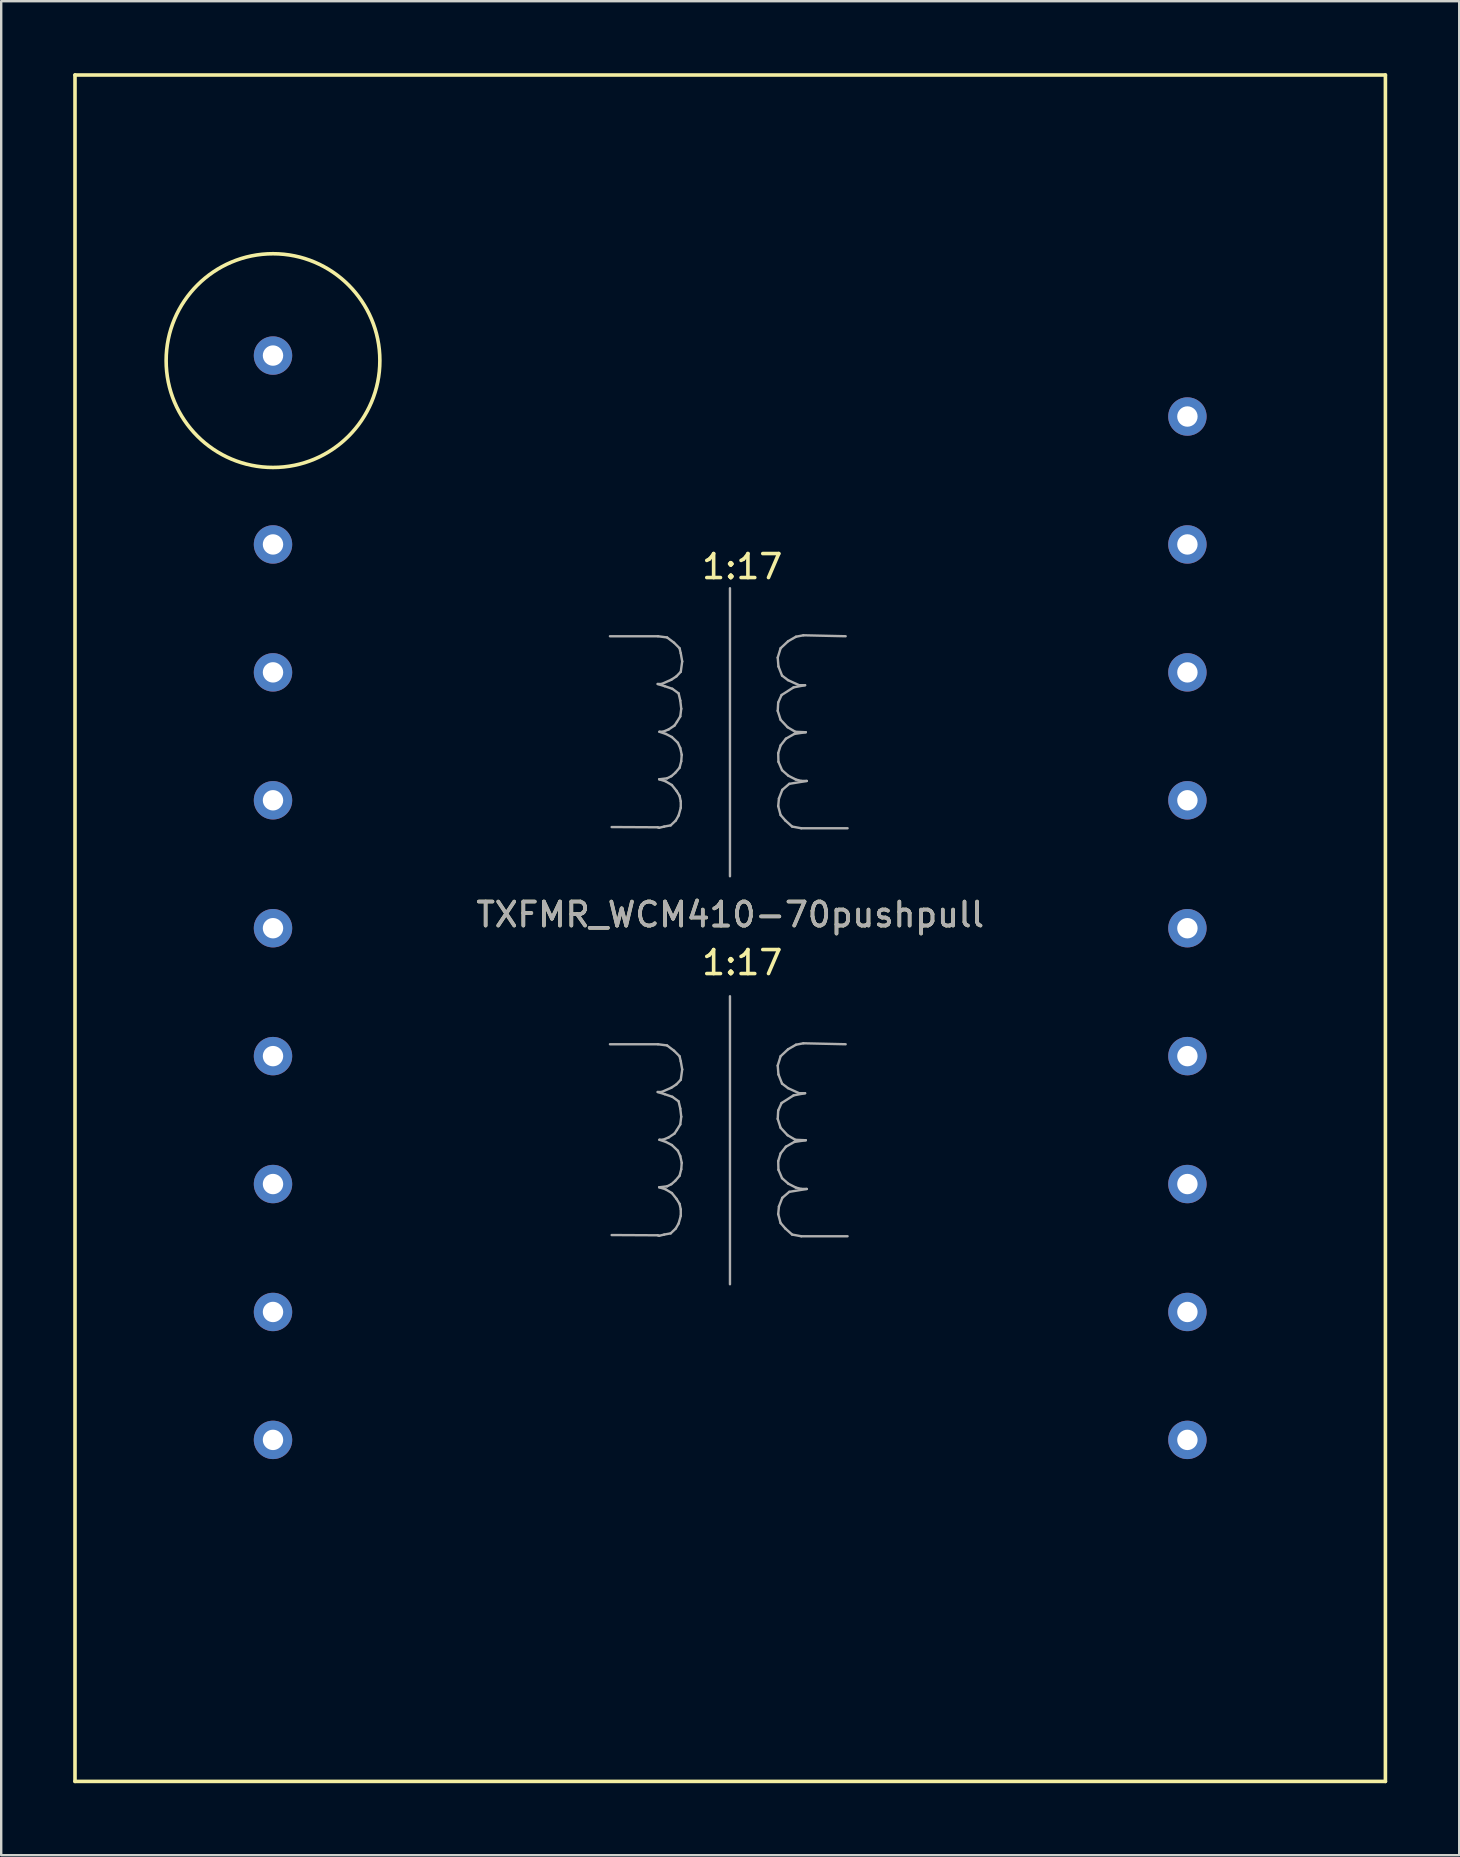
<source format=kicad_pcb>
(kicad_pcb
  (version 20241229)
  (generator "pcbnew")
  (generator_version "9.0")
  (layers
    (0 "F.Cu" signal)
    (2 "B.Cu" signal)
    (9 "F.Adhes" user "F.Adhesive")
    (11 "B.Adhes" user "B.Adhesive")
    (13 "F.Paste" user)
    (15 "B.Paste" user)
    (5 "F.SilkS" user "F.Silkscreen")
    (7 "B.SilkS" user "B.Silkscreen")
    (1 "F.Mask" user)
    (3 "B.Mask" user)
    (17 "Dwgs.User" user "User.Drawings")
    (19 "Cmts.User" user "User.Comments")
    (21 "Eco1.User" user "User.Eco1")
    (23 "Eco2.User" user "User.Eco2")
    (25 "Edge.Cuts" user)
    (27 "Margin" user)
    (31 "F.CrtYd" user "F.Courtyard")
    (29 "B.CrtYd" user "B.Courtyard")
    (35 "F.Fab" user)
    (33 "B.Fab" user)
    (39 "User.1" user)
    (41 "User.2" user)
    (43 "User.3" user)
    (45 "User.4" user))
  (footprint "TXFMR_WCM410-70pushpull"
    (layer "F.Cu")
    (at 27.375 35.625)
    (property "Reference" "TXFMR_WCM410-70pushpull" (at 0 -0.565 0) (layer "F.SilkS") (effects (font (size 1 1) (thickness 0.15))))
    (attr through_hole)
    (fp_line (start -27.3 -35.55) (end 27.3 -35.55) (stroke (width 0.15) (type solid)) (layer "F.SilkS"))
    (fp_line (start -27.3 35.55) (end -27.3 -35.55) (stroke (width 0.15) (type solid)) (layer "F.SilkS"))
    (fp_line (start 27.3 -35.55) (end 27.3 35.55) (stroke (width 0.15) (type solid)) (layer "F.SilkS"))
    (fp_line (start 27.3 35.55) (end -27.3 35.55) (stroke (width 0.15) (type solid)) (layer "F.SilkS"))
    (fp_circle (center -19.05 -23.65) (end -20 -28) (stroke (width 0.15) (type solid)) (fill no) (layer "F.SilkS"))
    (fp_line (start -5.01 -12.165) (end -3.01 -12.165) (stroke (width 0.1) (type solid)) (layer "F.Fab"))
    (fp_line (start -5.01 4.835) (end -3.01 4.835) (stroke (width 0.1) (type solid)) (layer "F.Fab"))
    (fp_line (start -3.02 -10.175) (end -2.73 -10.085) (stroke (width 0.1) (type solid)) (layer "F.Fab"))
    (fp_line (start -3.02 -4.205) (end -4.94 -4.215) (stroke (width 0.1) (type solid)) (layer "F.Fab"))
    (fp_line (start -3.02 6.825) (end -2.73 6.915) (stroke (width 0.1) (type solid)) (layer "F.Fab"))
    (fp_line (start -3.02 12.795) (end -4.94 12.785) (stroke (width 0.1) (type solid)) (layer "F.Fab"))
    (fp_line (start -3.01 -12.165) (end -2.63 -12.115) (stroke (width 0.1) (type solid)) (layer "F.Fab"))
    (fp_line (start -3.01 4.835) (end -2.63 4.885) (stroke (width 0.1) (type solid)) (layer "F.Fab"))
    (fp_line (start -2.96 -6.205) (end -2.7 -6.125) (stroke (width 0.1) (type solid)) (layer "F.Fab"))
    (fp_line (start -2.96 -4.185) (end -3.02 -4.205) (stroke (width 0.1) (type solid)) (layer "F.Fab"))
    (fp_line (start -2.96 10.795) (end -2.7 10.875) (stroke (width 0.1) (type solid)) (layer "F.Fab"))
    (fp_line (start -2.96 12.815) (end -3.02 12.795) (stroke (width 0.1) (type solid)) (layer "F.Fab"))
    (fp_line (start -2.95 -8.185) (end -2.68 -8.095) (stroke (width 0.1) (type solid)) (layer "F.Fab"))
    (fp_line (start -2.95 8.815) (end -2.68 8.905) (stroke (width 0.1) (type solid)) (layer "F.Fab"))
    (fp_line (start -2.86 -10.175) (end -3.02 -10.175) (stroke (width 0.1) (type solid)) (layer "F.Fab"))
    (fp_line (start -2.86 6.825) (end -3.02 6.825) (stroke (width 0.1) (type solid)) (layer "F.Fab"))
    (fp_line (start -2.8 -8.185) (end -2.95 -8.185) (stroke (width 0.1) (type solid)) (layer "F.Fab"))
    (fp_line (start -2.8 8.815) (end -2.95 8.815) (stroke (width 0.1) (type solid)) (layer "F.Fab"))
    (fp_line (start -2.75 -4.235) (end -2.96 -4.185) (stroke (width 0.1) (type solid)) (layer "F.Fab"))
    (fp_line (start -2.75 12.765) (end -2.96 12.815) (stroke (width 0.1) (type solid)) (layer "F.Fab"))
    (fp_line (start -2.73 -10.085) (end -2.41 -9.975) (stroke (width 0.1) (type solid)) (layer "F.Fab"))
    (fp_line (start -2.73 6.915) (end -2.41 7.025) (stroke (width 0.1) (type solid)) (layer "F.Fab"))
    (fp_line (start -2.7 -6.125) (end -2.43 -5.965) (stroke (width 0.1) (type solid)) (layer "F.Fab"))
    (fp_line (start -2.7 10.875) (end -2.43 11.035) (stroke (width 0.1) (type solid)) (layer "F.Fab"))
    (fp_line (start -2.68 -8.095) (end -2.43 -7.965) (stroke (width 0.1) (type solid)) (layer "F.Fab"))
    (fp_line (start -2.68 8.905) (end -2.43 9.035) (stroke (width 0.1) (type solid)) (layer "F.Fab"))
    (fp_line (start -2.63 -12.115) (end -2.34 -11.895) (stroke (width 0.1) (type solid)) (layer "F.Fab"))
    (fp_line (start -2.63 -6.245) (end -2.96 -6.205) (stroke (width 0.1) (type solid)) (layer "F.Fab"))
    (fp_line (start -2.63 4.885) (end -2.34 5.105) (stroke (width 0.1) (type solid)) (layer "F.Fab"))
    (fp_line (start -2.63 10.755) (end -2.96 10.795) (stroke (width 0.1) (type solid)) (layer "F.Fab"))
    (fp_line (start -2.56 -8.285) (end -2.8 -8.185) (stroke (width 0.1) (type solid)) (layer "F.Fab"))
    (fp_line (start -2.56 8.715) (end -2.8 8.815) (stroke (width 0.1) (type solid)) (layer "F.Fab"))
    (fp_line (start -2.48 -4.285) (end -2.75 -4.235) (stroke (width 0.1) (type solid)) (layer "F.Fab"))
    (fp_line (start -2.48 12.715) (end -2.75 12.765) (stroke (width 0.1) (type solid)) (layer "F.Fab"))
    (fp_line (start -2.45 -10.355) (end -2.86 -10.175) (stroke (width 0.1) (type solid)) (layer "F.Fab"))
    (fp_line (start -2.45 -6.335) (end -2.63 -6.245) (stroke (width 0.1) (type solid)) (layer "F.Fab"))
    (fp_line (start -2.45 6.645) (end -2.86 6.825) (stroke (width 0.1) (type solid)) (layer "F.Fab"))
    (fp_line (start -2.45 10.665) (end -2.63 10.755) (stroke (width 0.1) (type solid)) (layer "F.Fab"))
    (fp_line (start -2.43 -7.965) (end -2.18 -7.725) (stroke (width 0.1) (type solid)) (layer "F.Fab"))
    (fp_line (start -2.43 -5.965) (end -2.24 -5.725) (stroke (width 0.1) (type solid)) (layer "F.Fab"))
    (fp_line (start -2.43 9.035) (end -2.18 9.275) (stroke (width 0.1) (type solid)) (layer "F.Fab"))
    (fp_line (start -2.43 11.035) (end -2.24 11.275) (stroke (width 0.1) (type solid)) (layer "F.Fab"))
    (fp_line (start -2.41 -9.975) (end -2.15 -9.785) (stroke (width 0.1) (type solid)) (layer "F.Fab"))
    (fp_line (start -2.41 7.025) (end -2.15 7.215) (stroke (width 0.1) (type solid)) (layer "F.Fab"))
    (fp_line (start -2.34 -11.895) (end -2.11 -11.665) (stroke (width 0.1) (type solid)) (layer "F.Fab"))
    (fp_line (start -2.34 5.105) (end -2.11 5.335) (stroke (width 0.1) (type solid)) (layer "F.Fab"))
    (fp_line (start -2.32 -8.445) (end -2.56 -8.285) (stroke (width 0.1) (type solid)) (layer "F.Fab"))
    (fp_line (start -2.32 8.555) (end -2.56 8.715) (stroke (width 0.1) (type solid)) (layer "F.Fab"))
    (fp_line (start -2.29 -6.475) (end -2.45 -6.335) (stroke (width 0.1) (type solid)) (layer "F.Fab"))
    (fp_line (start -2.29 10.525) (end -2.45 10.665) (stroke (width 0.1) (type solid)) (layer "F.Fab"))
    (fp_line (start -2.27 -4.485) (end -2.48 -4.285) (stroke (width 0.1) (type solid)) (layer "F.Fab"))
    (fp_line (start -2.27 12.515) (end -2.48 12.715) (stroke (width 0.1) (type solid)) (layer "F.Fab"))
    (fp_line (start -2.24 -10.495) (end -2.45 -10.355) (stroke (width 0.1) (type solid)) (layer "F.Fab"))
    (fp_line (start -2.24 -5.725) (end -2.11 -5.515) (stroke (width 0.1) (type solid)) (layer "F.Fab"))
    (fp_line (start -2.24 6.505) (end -2.45 6.645) (stroke (width 0.1) (type solid)) (layer "F.Fab"))
    (fp_line (start -2.24 11.275) (end -2.11 11.485) (stroke (width 0.1) (type solid)) (layer "F.Fab"))
    (fp_line (start -2.22 -8.595) (end -2.32 -8.445) (stroke (width 0.1) (type solid)) (layer "F.Fab"))
    (fp_line (start -2.22 8.405) (end -2.32 8.555) (stroke (width 0.1) (type solid)) (layer "F.Fab"))
    (fp_line (start -2.18 -7.725) (end -2.08 -7.505) (stroke (width 0.1) (type solid)) (layer "F.Fab"))
    (fp_line (start -2.18 9.275) (end -2.08 9.495) (stroke (width 0.1) (type solid)) (layer "F.Fab"))
    (fp_line (start -2.15 -9.785) (end -2.08 -9.485) (stroke (width 0.1) (type solid)) (layer "F.Fab"))
    (fp_line (start -2.15 -4.695) (end -2.27 -4.485) (stroke (width 0.1) (type solid)) (layer "F.Fab"))
    (fp_line (start -2.15 7.215) (end -2.08 7.515) (stroke (width 0.1) (type solid)) (layer "F.Fab"))
    (fp_line (start -2.15 12.305) (end -2.27 12.515) (stroke (width 0.1) (type solid)) (layer "F.Fab"))
    (fp_line (start -2.11 -11.665) (end -2.06 -11.455) (stroke (width 0.1) (type solid)) (layer "F.Fab"))
    (fp_line (start -2.11 -6.685) (end -2.29 -6.475) (stroke (width 0.1) (type solid)) (layer "F.Fab"))
    (fp_line (start -2.11 -5.515) (end -2.06 -5.285) (stroke (width 0.1) (type solid)) (layer "F.Fab"))
    (fp_line (start -2.11 5.335) (end -2.06 5.545) (stroke (width 0.1) (type solid)) (layer "F.Fab"))
    (fp_line (start -2.11 10.315) (end -2.29 10.525) (stroke (width 0.1) (type solid)) (layer "F.Fab"))
    (fp_line (start -2.11 11.485) (end -2.06 11.715) (stroke (width 0.1) (type solid)) (layer "F.Fab"))
    (fp_line (start -2.08 -9.485) (end -2.04 -9.145) (stroke (width 0.1) (type solid)) (layer "F.Fab"))
    (fp_line (start -2.08 -8.825) (end -2.22 -8.595) (stroke (width 0.1) (type solid)) (layer "F.Fab"))
    (fp_line (start -2.08 -7.505) (end -2.02 -7.225) (stroke (width 0.1) (type solid)) (layer "F.Fab"))
    (fp_line (start -2.08 7.515) (end -2.04 7.855) (stroke (width 0.1) (type solid)) (layer "F.Fab"))
    (fp_line (start -2.08 8.175) (end -2.22 8.405) (stroke (width 0.1) (type solid)) (layer "F.Fab"))
    (fp_line (start -2.08 9.495) (end -2.02 9.775) (stroke (width 0.1) (type solid)) (layer "F.Fab"))
    (fp_line (start -2.06 -11.455) (end -2 -11.115) (stroke (width 0.1) (type solid)) (layer "F.Fab"))
    (fp_line (start -2.06 -10.685) (end -2.24 -10.495) (stroke (width 0.1) (type solid)) (layer "F.Fab"))
    (fp_line (start -2.06 -5.285) (end -2.06 -5.015) (stroke (width 0.1) (type solid)) (layer "F.Fab"))
    (fp_line (start -2.06 -5.015) (end -2.15 -4.695) (stroke (width 0.1) (type solid)) (layer "F.Fab"))
    (fp_line (start -2.06 5.545) (end -2 5.885) (stroke (width 0.1) (type solid)) (layer "F.Fab"))
    (fp_line (start -2.06 6.315) (end -2.24 6.505) (stroke (width 0.1) (type solid)) (layer "F.Fab"))
    (fp_line (start -2.06 11.715) (end -2.06 11.985) (stroke (width 0.1) (type solid)) (layer "F.Fab"))
    (fp_line (start -2.06 11.985) (end -2.15 12.305) (stroke (width 0.1) (type solid)) (layer "F.Fab"))
    (fp_line (start -2.04 -9.145) (end -2.08 -8.825) (stroke (width 0.1) (type solid)) (layer "F.Fab"))
    (fp_line (start -2.04 -6.955) (end -2.11 -6.685) (stroke (width 0.1) (type solid)) (layer "F.Fab"))
    (fp_line (start -2.04 7.855) (end -2.08 8.175) (stroke (width 0.1) (type solid)) (layer "F.Fab"))
    (fp_line (start -2.04 10.045) (end -2.11 10.315) (stroke (width 0.1) (type solid)) (layer "F.Fab"))
    (fp_line (start -2.02 -7.225) (end -2.04 -6.955) (stroke (width 0.1) (type solid)) (layer "F.Fab"))
    (fp_line (start -2.02 9.775) (end -2.04 10.045) (stroke (width 0.1) (type solid)) (layer "F.Fab"))
    (fp_line (start -2 -11.115) (end -2.06 -10.685) (stroke (width 0.1) (type solid)) (layer "F.Fab"))
    (fp_line (start -2 5.885) (end -2.06 6.315) (stroke (width 0.1) (type solid)) (layer "F.Fab"))
    (fp_line (start -0.01 -14.165) (end -0.01 -2.165) (stroke (width 0.1) (type solid)) (layer "F.Fab"))
    (fp_line (start -0.01 2.835) (end -0.01 14.835) (stroke (width 0.1) (type solid)) (layer "F.Fab"))
    (fp_line (start 1.98 -11.275) (end 2.01 -10.905) (stroke (width 0.1) (type solid)) (layer "F.Fab"))
    (fp_line (start 1.98 -9.055) (end 2.1 -8.685) (stroke (width 0.1) (type solid)) (layer "F.Fab"))
    (fp_line (start 1.98 5.725) (end 2.01 6.095) (stroke (width 0.1) (type solid)) (layer "F.Fab"))
    (fp_line (start 1.98 7.945) (end 2.1 8.315) (stroke (width 0.1) (type solid)) (layer "F.Fab"))
    (fp_line (start 2 -9.405) (end 1.98 -9.055) (stroke (width 0.1) (type solid)) (layer "F.Fab"))
    (fp_line (start 2 -7.295) (end 2.01 -6.935) (stroke (width 0.1) (type solid)) (layer "F.Fab"))
    (fp_line (start 2 -5.085) (end 2.1 -4.715) (stroke (width 0.1) (type solid)) (layer "F.Fab"))
    (fp_line (start 2 7.595) (end 1.98 7.945) (stroke (width 0.1) (type solid)) (layer "F.Fab"))
    (fp_line (start 2 9.705) (end 2.01 10.065) (stroke (width 0.1) (type solid)) (layer "F.Fab"))
    (fp_line (start 2 11.915) (end 2.1 12.285) (stroke (width 0.1) (type solid)) (layer "F.Fab"))
    (fp_line (start 2.01 -10.905) (end 2.16 -10.525) (stroke (width 0.1) (type solid)) (layer "F.Fab"))
    (fp_line (start 2.01 -6.935) (end 2.16 -6.585) (stroke (width 0.1) (type solid)) (layer "F.Fab"))
    (fp_line (start 2.01 6.095) (end 2.16 6.475) (stroke (width 0.1) (type solid)) (layer "F.Fab"))
    (fp_line (start 2.01 10.065) (end 2.16 10.415) (stroke (width 0.1) (type solid)) (layer "F.Fab"))
    (fp_line (start 2.03 -5.405) (end 2 -5.085) (stroke (width 0.1) (type solid)) (layer "F.Fab"))
    (fp_line (start 2.03 11.595) (end 2 11.915) (stroke (width 0.1) (type solid)) (layer "F.Fab"))
    (fp_line (start 2.1 -11.665) (end 1.98 -11.275) (stroke (width 0.1) (type solid)) (layer "F.Fab"))
    (fp_line (start 2.1 -8.685) (end 2.39 -8.375) (stroke (width 0.1) (type solid)) (layer "F.Fab"))
    (fp_line (start 2.1 -7.615) (end 2 -7.295) (stroke (width 0.1) (type solid)) (layer "F.Fab"))
    (fp_line (start 2.1 -4.715) (end 2.3 -4.485) (stroke (width 0.1) (type solid)) (layer "F.Fab"))
    (fp_line (start 2.1 5.335) (end 1.98 5.725) (stroke (width 0.1) (type solid)) (layer "F.Fab"))
    (fp_line (start 2.1 8.315) (end 2.39 8.625) (stroke (width 0.1) (type solid)) (layer "F.Fab"))
    (fp_line (start 2.1 9.385) (end 2 9.705) (stroke (width 0.1) (type solid)) (layer "F.Fab"))
    (fp_line (start 2.1 12.285) (end 2.3 12.515) (stroke (width 0.1) (type solid)) (layer "F.Fab"))
    (fp_line (start 2.14 -9.715) (end 2 -9.405) (stroke (width 0.1) (type solid)) (layer "F.Fab"))
    (fp_line (start 2.14 7.285) (end 2 7.595) (stroke (width 0.1) (type solid)) (layer "F.Fab"))
    (fp_line (start 2.16 -10.525) (end 2.41 -10.335) (stroke (width 0.1) (type solid)) (layer "F.Fab"))
    (fp_line (start 2.16 -6.585) (end 2.42 -6.355) (stroke (width 0.1) (type solid)) (layer "F.Fab"))
    (fp_line (start 2.16 6.475) (end 2.41 6.665) (stroke (width 0.1) (type solid)) (layer "F.Fab"))
    (fp_line (start 2.16 10.415) (end 2.42 10.645) (stroke (width 0.1) (type solid)) (layer "F.Fab"))
    (fp_line (start 2.17 -5.765) (end 2.03 -5.405) (stroke (width 0.1) (type solid)) (layer "F.Fab"))
    (fp_line (start 2.17 11.235) (end 2.03 11.595) (stroke (width 0.1) (type solid)) (layer "F.Fab"))
    (fp_line (start 2.3 -4.485) (end 2.58 -4.235) (stroke (width 0.1) (type solid)) (layer "F.Fab"))
    (fp_line (start 2.3 12.515) (end 2.58 12.765) (stroke (width 0.1) (type solid)) (layer "F.Fab"))
    (fp_line (start 2.32 -7.895) (end 2.1 -7.615) (stroke (width 0.1) (type solid)) (layer "F.Fab"))
    (fp_line (start 2.32 9.105) (end 2.1 9.385) (stroke (width 0.1) (type solid)) (layer "F.Fab"))
    (fp_line (start 2.39 -8.375) (end 2.71 -8.185) (stroke (width 0.1) (type solid)) (layer "F.Fab"))
    (fp_line (start 2.39 8.625) (end 2.71 8.815) (stroke (width 0.1) (type solid)) (layer "F.Fab"))
    (fp_line (start 2.41 -11.955) (end 2.1 -11.665) (stroke (width 0.1) (type solid)) (layer "F.Fab"))
    (fp_line (start 2.41 -10.335) (end 2.87 -10.125) (stroke (width 0.1) (type solid)) (layer "F.Fab"))
    (fp_line (start 2.41 5.045) (end 2.1 5.335) (stroke (width 0.1) (type solid)) (layer "F.Fab"))
    (fp_line (start 2.41 6.665) (end 2.87 6.875) (stroke (width 0.1) (type solid)) (layer "F.Fab"))
    (fp_line (start 2.42 -6.355) (end 2.73 -6.195) (stroke (width 0.1) (type solid)) (layer "F.Fab"))
    (fp_line (start 2.42 10.645) (end 2.73 10.805) (stroke (width 0.1) (type solid)) (layer "F.Fab"))
    (fp_line (start 2.46 -6.015) (end 2.17 -5.765) (stroke (width 0.1) (type solid)) (layer "F.Fab"))
    (fp_line (start 2.46 10.985) (end 2.17 11.235) (stroke (width 0.1) (type solid)) (layer "F.Fab"))
    (fp_line (start 2.58 -4.235) (end 2.96 -4.165) (stroke (width 0.1) (type solid)) (layer "F.Fab"))
    (fp_line (start 2.58 12.765) (end 2.96 12.835) (stroke (width 0.1) (type solid)) (layer "F.Fab"))
    (fp_line (start 2.64 -10.035) (end 2.14 -9.715) (stroke (width 0.1) (type solid)) (layer "F.Fab"))
    (fp_line (start 2.64 6.965) (end 2.14 7.285) (stroke (width 0.1) (type solid)) (layer "F.Fab"))
    (fp_line (start 2.67 -8.095) (end 2.32 -7.895) (stroke (width 0.1) (type solid)) (layer "F.Fab"))
    (fp_line (start 2.67 8.905) (end 2.32 9.105) (stroke (width 0.1) (type solid)) (layer "F.Fab"))
    (fp_line (start 2.71 -8.185) (end 3.15 -8.165) (stroke (width 0.1) (type solid)) (layer "F.Fab"))
    (fp_line (start 2.71 8.815) (end 3.15 8.835) (stroke (width 0.1) (type solid)) (layer "F.Fab"))
    (fp_line (start 2.73 -6.195) (end 2.97 -6.135) (stroke (width 0.1) (type solid)) (layer "F.Fab"))
    (fp_line (start 2.73 10.805) (end 2.97 10.865) (stroke (width 0.1) (type solid)) (layer "F.Fab"))
    (fp_line (start 2.74 -12.145) (end 2.41 -11.955) (stroke (width 0.1) (type solid)) (layer "F.Fab"))
    (fp_line (start 2.74 4.855) (end 2.41 5.045) (stroke (width 0.1) (type solid)) (layer "F.Fab"))
    (fp_line (start 2.87 -10.125) (end 3.12 -10.125) (stroke (width 0.1) (type solid)) (layer "F.Fab"))
    (fp_line (start 2.87 6.875) (end 3.12 6.875) (stroke (width 0.1) (type solid)) (layer "F.Fab"))
    (fp_line (start 2.96 -4.165) (end 4.89 -4.165) (stroke (width 0.1) (type solid)) (layer "F.Fab"))
    (fp_line (start 2.96 12.835) (end 4.89 12.835) (stroke (width 0.1) (type solid)) (layer "F.Fab"))
    (fp_line (start 2.97 -6.135) (end 3.19 -6.135) (stroke (width 0.1) (type solid)) (layer "F.Fab"))
    (fp_line (start 2.97 10.865) (end 3.19 10.865) (stroke (width 0.1) (type solid)) (layer "F.Fab"))
    (fp_line (start 3.05 -12.205) (end 2.74 -12.145) (stroke (width 0.1) (type solid)) (layer "F.Fab"))
    (fp_line (start 3.05 4.795) (end 2.74 4.855) (stroke (width 0.1) (type solid)) (layer "F.Fab"))
    (fp_line (start 3.12 -10.125) (end 2.64 -10.035) (stroke (width 0.1) (type solid)) (layer "F.Fab"))
    (fp_line (start 3.12 6.875) (end 2.64 6.965) (stroke (width 0.1) (type solid)) (layer "F.Fab"))
    (fp_line (start 3.15 -8.165) (end 2.67 -8.095) (stroke (width 0.1) (type solid)) (layer "F.Fab"))
    (fp_line (start 3.15 8.835) (end 2.67 8.905) (stroke (width 0.1) (type solid)) (layer "F.Fab"))
    (fp_line (start 3.19 -6.135) (end 2.46 -6.015) (stroke (width 0.1) (type solid)) (layer "F.Fab"))
    (fp_line (start 3.19 10.865) (end 2.46 10.985) (stroke (width 0.1) (type solid)) (layer "F.Fab"))
    (fp_line (start 4.81 -12.165) (end 3.05 -12.205) (stroke (width 0.1) (type solid)) (layer "F.Fab"))
    (fp_line (start 4.81 4.835) (end 3.05 4.795) (stroke (width 0.1) (type solid)) (layer "F.Fab"))
    (fp_text user "1:17" (at 0.5 -15.065 0) (layer "F.SilkS") (effects (font (size 1 1) (thickness 0.15))))
    (fp_text user "1:17" (at 0.5 1.435 0) (layer "F.SilkS") (effects (font (size 1 1) (thickness 0.15))))
    (fp_text user "${REFERENCE}" (at 0 -0.565 0) (layer "F.Fab") (effects (font (size 1 1) (thickness 0.15))))
    (pad "P1" thru_hole circle (at -19.05 -23.86 270) (size 1.6 1.6) (drill 0.85) (layers "*.Cu" "*.Mask"))
    (pad "P1" thru_hole circle (at -19.05 -15.99 270) (size 1.6 1.6) (drill 0.85) (layers "*.Cu" "*.Mask"))
    (pad "P2" thru_hole circle (at -19.05 15.99 270) (size 1.6 1.6) (drill 0.85) (layers "*.Cu" "*.Mask"))
    (pad "P2" thru_hole circle (at -19.05 21.32 270) (size 1.6 1.6) (drill 0.85) (layers "*.Cu" "*.Mask"))
    (pad "Pc1" thru_hole circle (at -19.05 -10.66 270) (size 1.6 1.6) (drill 0.85) (layers "*.Cu" "*.Mask"))
    (pad "Pc1" thru_hole circle (at -19.05 -5.33 270) (size 1.6 1.6) (drill 0.85) (layers "*.Cu" "*.Mask"))
    (pad "Pc1" thru_hole circle (at -19.05 0 270) (size 1.6 1.6) (drill 0.85) (layers "*.Cu" "*.Mask"))
    (pad "Pc2" thru_hole circle (at -19.05 5.33 270) (size 1.6 1.6) (drill 0.85) (layers "*.Cu" "*.Mask"))
    (pad "Pc2" thru_hole circle (at -19.05 10.66 270) (size 1.6 1.6) (drill 0.85) (layers "*.Cu" "*.Mask"))
    (pad "S1" thru_hole circle (at 19.05 -21.32 270) (size 1.6 1.6) (drill 0.85) (layers "*.Cu" "*.Mask"))
    (pad "S1" thru_hole circle (at 19.05 -15.99 270) (size 1.6 1.6) (drill 0.85) (layers "*.Cu" "*.Mask"))
    (pad "S2" thru_hole circle (at 19.05 15.99 270) (size 1.6 1.6) (drill 0.85) (layers "*.Cu" "*.Mask"))
    (pad "S2" thru_hole circle (at 19.05 21.32 270) (size 1.6 1.6) (drill 0.85) (layers "*.Cu" "*.Mask"))
    (pad "Sc1" thru_hole circle (at 19.05 -10.66 270) (size 1.6 1.6) (drill 0.85) (layers "*.Cu" "*.Mask"))
    (pad "Sc1" thru_hole circle (at 19.05 -5.33 270) (size 1.6 1.6) (drill 0.85) (layers "*.Cu" "*.Mask"))
    (pad "Sc1" thru_hole circle (at 19.05 0 270) (size 1.6 1.6) (drill 0.85) (layers "*.Cu" "*.Mask"))
    (pad "Sc2" thru_hole circle (at 19.05 5.33 270) (size 1.6 1.6) (drill 0.85) (layers "*.Cu" "*.Mask"))
    (pad "Sc2" thru_hole circle (at 19.05 10.66 270) (size 1.6 1.6) (drill 0.85) (layers "*.Cu" "*.Mask")))
  (gr_rect
    (start -3 -3)
    (end 57.75 74.25)
    (stroke (width 0.1) (type default))
    (fill no)
    (layer "Edge.Cuts")))
</source>
